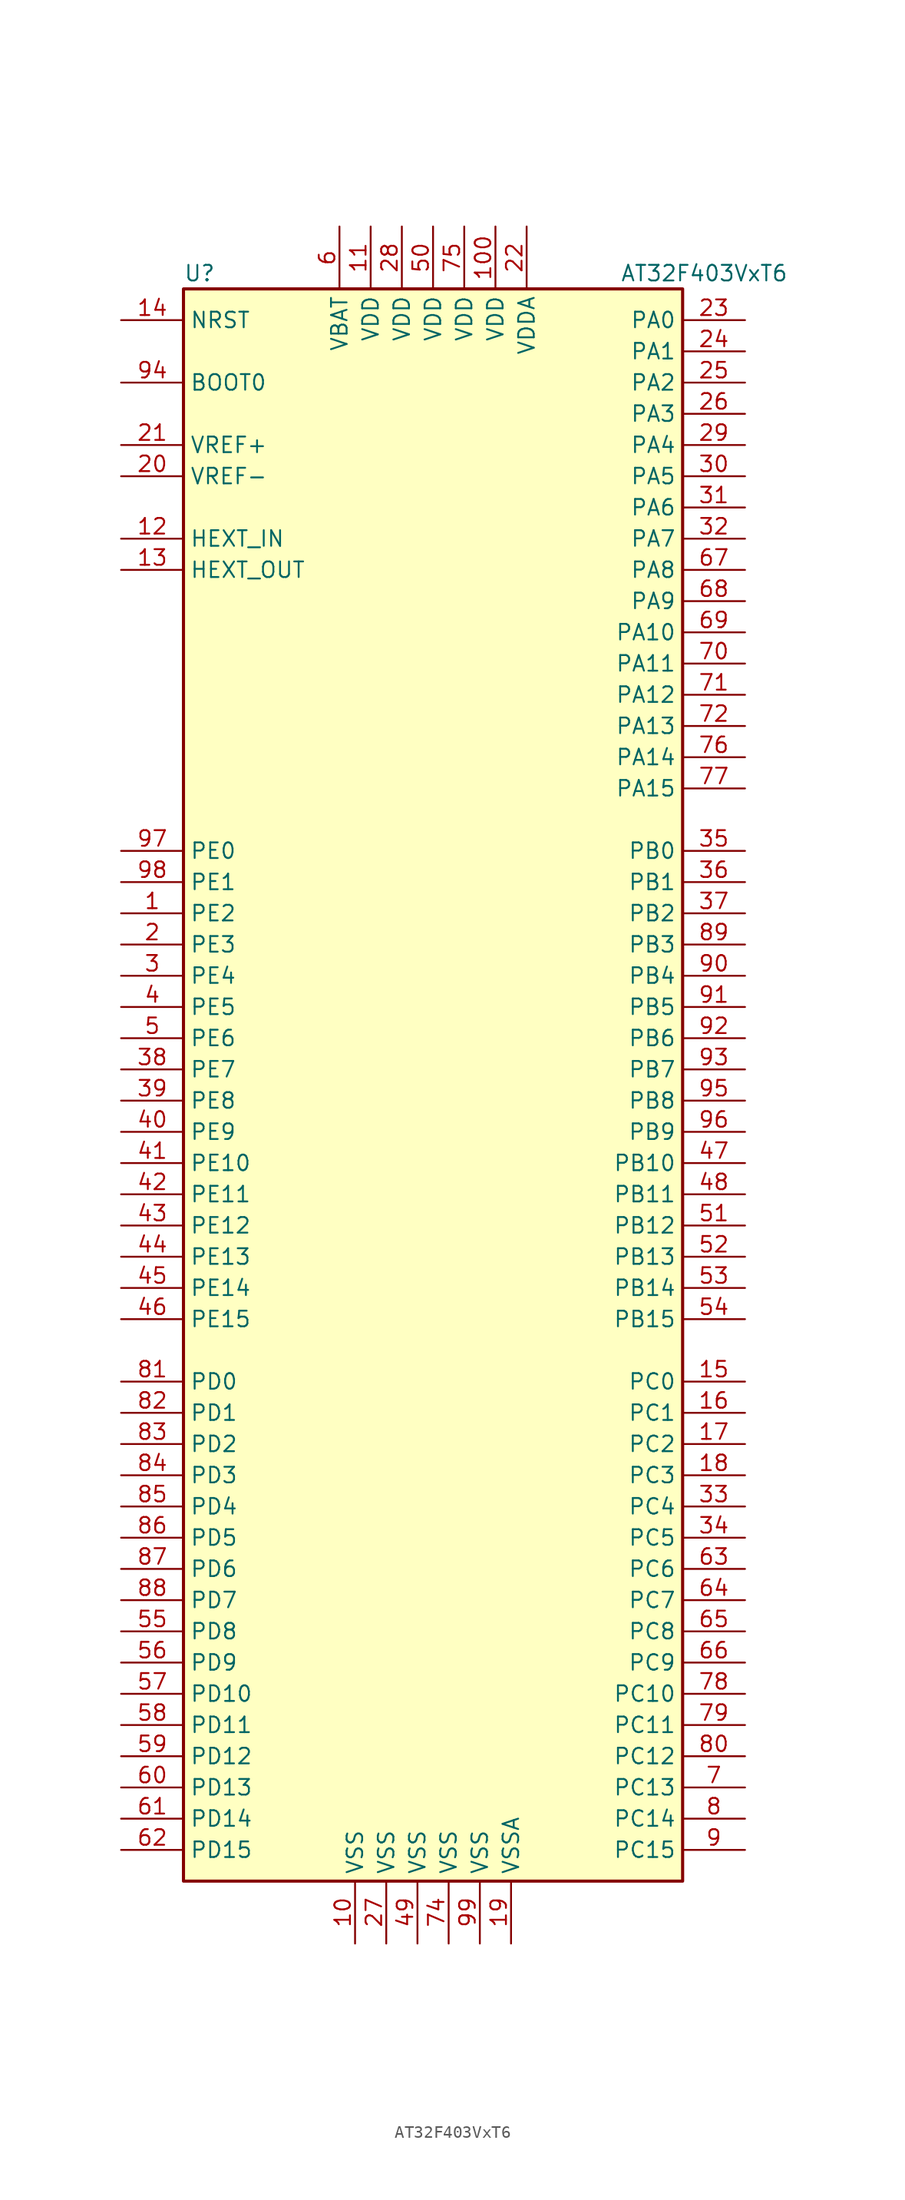
<source format=kicad_sym>
(kicad_symbol_lib
  (version 20220331)
  (generator kicad_symbol_editor)
  (symbol "AT32F403VxT6"
    (property "Reference" "U"
      (at -20.32 64.77 0)
      (effects (font (size 1.27 1.27)) (justify left)))
    (property "Value" "AT32F403VxT6"
      (at 15.24 64.77 0)
      (effects (font (size 1.27 1.27)) (justify left)))
    (symbol "AT32F403VxT6_0_1"
      (rectangle (start -20.32 63.5) (end 20.32 -66.04) (stroke (width 0.254) (type default)) (fill (type background))))
    (symbol "AT32F403VxT6_1_1"
      (pin bidirectional line (at -25.4 12.7 0) (length 5.08) (name "PE2" (effects (font (size 1.27 1.27)))) (number "1" (effects (font (size 1.27 1.27)))))
      (pin power_in line (at -6.35 -71.12 90) (length 5.08) (name "VSS" (effects (font (size 1.27 1.27)))) (number "10" (effects (font (size 1.27 1.27)))))
      (pin power_in line (at 5.08 68.58 270) (length 5.08) (name "VDD" (effects (font (size 1.27 1.27)))) (number "100" (effects (font (size 1.27 1.27)))))
      (pin power_in line (at -5.08 68.58 270) (length 5.08) (name "VDD" (effects (font (size 1.27 1.27)))) (number "11" (effects (font (size 1.27 1.27)))))
      (pin input line (at -25.4 43.18 0) (length 5.08) (name "HEXT_IN" (effects (font (size 1.27 1.27)))) (number "12" (effects (font (size 1.27 1.27)))))
      (pin input line (at -25.4 40.64 0) (length 5.08) (name "HEXT_OUT" (effects (font (size 1.27 1.27)))) (number "13" (effects (font (size 1.27 1.27)))))
      (pin input line (at -25.4 60.96 0) (length 5.08) (name "NRST" (effects (font (size 1.27 1.27)))) (number "14" (effects (font (size 1.27 1.27)))))
      (pin bidirectional line (at 25.4 -25.4 180) (length 5.08) (name "PC0" (effects (font (size 1.27 1.27)))) (number "15" (effects (font (size 1.27 1.27)))))
      (pin bidirectional line (at 25.4 -27.94 180) (length 5.08) (name "PC1" (effects (font (size 1.27 1.27)))) (number "16" (effects (font (size 1.27 1.27)))))
      (pin bidirectional line (at 25.4 -30.48 180) (length 5.08) (name "PC2" (effects (font (size 1.27 1.27)))) (number "17" (effects (font (size 1.27 1.27)))))
      (pin bidirectional line (at 25.4 -33.02 180) (length 5.08) (name "PC3" (effects (font (size 1.27 1.27)))) (number "18" (effects (font (size 1.27 1.27)))))
      (pin power_in line (at 6.35 -71.12 90) (length 5.08) (name "VSSA" (effects (font (size 1.27 1.27)))) (number "19" (effects (font (size 1.27 1.27)))))
      (pin bidirectional line (at -25.4 10.16 0) (length 5.08) (name "PE3" (effects (font (size 1.27 1.27)))) (number "2" (effects (font (size 1.27 1.27)))))
      (pin power_in line (at -25.4 48.26 0) (length 5.08) (name "VREF-" (effects (font (size 1.27 1.27)))) (number "20" (effects (font (size 1.27 1.27)))))
      (pin power_in line (at -25.4 50.8 0) (length 5.08) (name "VREF+" (effects (font (size 1.27 1.27)))) (number "21" (effects (font (size 1.27 1.27)))))
      (pin power_in line (at 7.62 68.58 270) (length 5.08) (name "VDDA" (effects (font (size 1.27 1.27)))) (number "22" (effects (font (size 1.27 1.27)))))
      (pin bidirectional line (at 25.4 60.96 180) (length 5.08) (name "PA0" (effects (font (size 1.27 1.27)))) (number "23" (effects (font (size 1.27 1.27)))))
      (pin bidirectional line (at 25.4 58.42 180) (length 5.08) (name "PA1" (effects (font (size 1.27 1.27)))) (number "24" (effects (font (size 1.27 1.27)))))
      (pin bidirectional line (at 25.4 55.88 180) (length 5.08) (name "PA2" (effects (font (size 1.27 1.27)))) (number "25" (effects (font (size 1.27 1.27)))))
      (pin bidirectional line (at 25.4 53.34 180) (length 5.08) (name "PA3" (effects (font (size 1.27 1.27)))) (number "26" (effects (font (size 1.27 1.27)))))
      (pin power_in line (at -3.81 -71.12 90) (length 5.08) (name "VSS" (effects (font (size 1.27 1.27)))) (number "27" (effects (font (size 1.27 1.27)))))
      (pin power_in line (at -2.54 68.58 270) (length 5.08) (name "VDD" (effects (font (size 1.27 1.27)))) (number "28" (effects (font (size 1.27 1.27)))))
      (pin bidirectional line (at 25.4 50.8 180) (length 5.08) (name "PA4" (effects (font (size 1.27 1.27)))) (number "29" (effects (font (size 1.27 1.27)))))
      (pin bidirectional line (at -25.4 7.62 0) (length 5.08) (name "PE4" (effects (font (size 1.27 1.27)))) (number "3" (effects (font (size 1.27 1.27)))))
      (pin bidirectional line (at 25.4 48.26 180) (length 5.08) (name "PA5" (effects (font (size 1.27 1.27)))) (number "30" (effects (font (size 1.27 1.27)))))
      (pin bidirectional line (at 25.4 45.72 180) (length 5.08) (name "PA6" (effects (font (size 1.27 1.27)))) (number "31" (effects (font (size 1.27 1.27)))))
      (pin bidirectional line (at 25.4 43.18 180) (length 5.08) (name "PA7" (effects (font (size 1.27 1.27)))) (number "32" (effects (font (size 1.27 1.27)))))
      (pin bidirectional line (at 25.4 -35.56 180) (length 5.08) (name "PC4" (effects (font (size 1.27 1.27)))) (number "33" (effects (font (size 1.27 1.27)))))
      (pin bidirectional line (at 25.4 -38.1 180) (length 5.08) (name "PC5" (effects (font (size 1.27 1.27)))) (number "34" (effects (font (size 1.27 1.27)))))
      (pin bidirectional line (at 25.4 17.78 180) (length 5.08) (name "PB0" (effects (font (size 1.27 1.27)))) (number "35" (effects (font (size 1.27 1.27)))))
      (pin bidirectional line (at 25.4 15.24 180) (length 5.08) (name "PB1" (effects (font (size 1.27 1.27)))) (number "36" (effects (font (size 1.27 1.27)))))
      (pin bidirectional line (at 25.4 12.7 180) (length 5.08) (name "PB2" (effects (font (size 1.27 1.27)))) (number "37" (effects (font (size 1.27 1.27)))))
      (pin bidirectional line (at -25.4 0 0) (length 5.08) (name "PE7" (effects (font (size 1.27 1.27)))) (number "38" (effects (font (size 1.27 1.27)))))
      (pin bidirectional line (at -25.4 -2.54 0) (length 5.08) (name "PE8" (effects (font (size 1.27 1.27)))) (number "39" (effects (font (size 1.27 1.27)))))
      (pin bidirectional line (at -25.4 5.08 0) (length 5.08) (name "PE5" (effects (font (size 1.27 1.27)))) (number "4" (effects (font (size 1.27 1.27)))))
      (pin bidirectional line (at -25.4 -5.08 0) (length 5.08) (name "PE9" (effects (font (size 1.27 1.27)))) (number "40" (effects (font (size 1.27 1.27)))))
      (pin bidirectional line (at -25.4 -7.62 0) (length 5.08) (name "PE10" (effects (font (size 1.27 1.27)))) (number "41" (effects (font (size 1.27 1.27)))))
      (pin bidirectional line (at -25.4 -10.16 0) (length 5.08) (name "PE11" (effects (font (size 1.27 1.27)))) (number "42" (effects (font (size 1.27 1.27)))))
      (pin bidirectional line (at -25.4 -12.7 0) (length 5.08) (name "PE12" (effects (font (size 1.27 1.27)))) (number "43" (effects (font (size 1.27 1.27)))))
      (pin bidirectional line (at -25.4 -15.24 0) (length 5.08) (name "PE13" (effects (font (size 1.27 1.27)))) (number "44" (effects (font (size 1.27 1.27)))))
      (pin bidirectional line (at -25.4 -17.78 0) (length 5.08) (name "PE14" (effects (font (size 1.27 1.27)))) (number "45" (effects (font (size 1.27 1.27)))))
      (pin bidirectional line (at -25.4 -20.32 0) (length 5.08) (name "PE15" (effects (font (size 1.27 1.27)))) (number "46" (effects (font (size 1.27 1.27)))))
      (pin bidirectional line (at 25.4 -7.62 180) (length 5.08) (name "PB10" (effects (font (size 1.27 1.27)))) (number "47" (effects (font (size 1.27 1.27)))))
      (pin bidirectional line (at 25.4 -10.16 180) (length 5.08) (name "PB11" (effects (font (size 1.27 1.27)))) (number "48" (effects (font (size 1.27 1.27)))))
      (pin power_in line (at -1.27 -71.12 90) (length 5.08) (name "VSS" (effects (font (size 1.27 1.27)))) (number "49" (effects (font (size 1.27 1.27)))))
      (pin bidirectional line (at -25.4 2.54 0) (length 5.08) (name "PE6" (effects (font (size 1.27 1.27)))) (number "5" (effects (font (size 1.27 1.27)))))
      (pin power_in line (at 0 68.58 270) (length 5.08) (name "VDD" (effects (font (size 1.27 1.27)))) (number "50" (effects (font (size 1.27 1.27)))))
      (pin bidirectional line (at 25.4 -12.7 180) (length 5.08) (name "PB12" (effects (font (size 1.27 1.27)))) (number "51" (effects (font (size 1.27 1.27)))))
      (pin bidirectional line (at 25.4 -15.24 180) (length 5.08) (name "PB13" (effects (font (size 1.27 1.27)))) (number "52" (effects (font (size 1.27 1.27)))))
      (pin bidirectional line (at 25.4 -17.78 180) (length 5.08) (name "PB14" (effects (font (size 1.27 1.27)))) (number "53" (effects (font (size 1.27 1.27)))))
      (pin bidirectional line (at 25.4 -20.32 180) (length 5.08) (name "PB15" (effects (font (size 1.27 1.27)))) (number "54" (effects (font (size 1.27 1.27)))))
      (pin bidirectional line (at -25.4 -45.72 0) (length 5.08) (name "PD8" (effects (font (size 1.27 1.27)))) (number "55" (effects (font (size 1.27 1.27)))))
      (pin bidirectional line (at -25.4 -48.26 0) (length 5.08) (name "PD9" (effects (font (size 1.27 1.27)))) (number "56" (effects (font (size 1.27 1.27)))))
      (pin bidirectional line (at -25.4 -50.8 0) (length 5.08) (name "PD10" (effects (font (size 1.27 1.27)))) (number "57" (effects (font (size 1.27 1.27)))))
      (pin bidirectional line (at -25.4 -53.34 0) (length 5.08) (name "PD11" (effects (font (size 1.27 1.27)))) (number "58" (effects (font (size 1.27 1.27)))))
      (pin bidirectional line (at -25.4 -55.88 0) (length 5.08) (name "PD12" (effects (font (size 1.27 1.27)))) (number "59" (effects (font (size 1.27 1.27)))))
      (pin power_in line (at -7.62 68.58 270) (length 5.08) (name "VBAT" (effects (font (size 1.27 1.27)))) (number "6" (effects (font (size 1.27 1.27)))))
      (pin bidirectional line (at -25.4 -58.42 0) (length 5.08) (name "PD13" (effects (font (size 1.27 1.27)))) (number "60" (effects (font (size 1.27 1.27)))))
      (pin bidirectional line (at -25.4 -60.96 0) (length 5.08) (name "PD14" (effects (font (size 1.27 1.27)))) (number "61" (effects (font (size 1.27 1.27)))))
      (pin bidirectional line (at -25.4 -63.5 0) (length 5.08) (name "PD15" (effects (font (size 1.27 1.27)))) (number "62" (effects (font (size 1.27 1.27)))))
      (pin bidirectional line (at 25.4 -40.64 180) (length 5.08) (name "PC6" (effects (font (size 1.27 1.27)))) (number "63" (effects (font (size 1.27 1.27)))))
      (pin bidirectional line (at 25.4 -43.18 180) (length 5.08) (name "PC7" (effects (font (size 1.27 1.27)))) (number "64" (effects (font (size 1.27 1.27)))))
      (pin bidirectional line (at 25.4 -45.72 180) (length 5.08) (name "PC8" (effects (font (size 1.27 1.27)))) (number "65" (effects (font (size 1.27 1.27)))))
      (pin bidirectional line (at 25.4 -48.26 180) (length 5.08) (name "PC9" (effects (font (size 1.27 1.27)))) (number "66" (effects (font (size 1.27 1.27)))))
      (pin bidirectional line (at 25.4 40.64 180) (length 5.08) (name "PA8" (effects (font (size 1.27 1.27)))) (number "67" (effects (font (size 1.27 1.27)))))
      (pin bidirectional line (at 25.4 38.1 180) (length 5.08) (name "PA9" (effects (font (size 1.27 1.27)))) (number "68" (effects (font (size 1.27 1.27)))))
      (pin bidirectional line (at 25.4 35.56 180) (length 5.08) (name "PA10" (effects (font (size 1.27 1.27)))) (number "69" (effects (font (size 1.27 1.27)))))
      (pin bidirectional line (at 25.4 -58.42 180) (length 5.08) (name "PC13" (effects (font (size 1.27 1.27)))) (number "7" (effects (font (size 1.27 1.27)))))
      (pin bidirectional line (at 25.4 33.02 180) (length 5.08) (name "PA11" (effects (font (size 1.27 1.27)))) (number "70" (effects (font (size 1.27 1.27)))))
      (pin bidirectional line (at 25.4 30.48 180) (length 5.08) (name "PA12" (effects (font (size 1.27 1.27)))) (number "71" (effects (font (size 1.27 1.27)))))
      (pin bidirectional line (at 25.4 27.94 180) (length 5.08) (name "PA13" (effects (font (size 1.27 1.27)))) (number "72" (effects (font (size 1.27 1.27)))))
      (pin no_connect line (at -25.4 25.4 0) (length 5.08) hide (name "NC" (effects (font (size 1.27 1.27)))) (number "73" (effects (font (size 1.27 1.27)))))
      (pin power_in line (at 1.27 -71.12 90) (length 5.08) (name "VSS" (effects (font (size 1.27 1.27)))) (number "74" (effects (font (size 1.27 1.27)))))
      (pin power_in line (at 2.54 68.58 270) (length 5.08) (name "VDD" (effects (font (size 1.27 1.27)))) (number "75" (effects (font (size 1.27 1.27)))))
      (pin bidirectional line (at 25.4 25.4 180) (length 5.08) (name "PA14" (effects (font (size 1.27 1.27)))) (number "76" (effects (font (size 1.27 1.27)))))
      (pin bidirectional line (at 25.4 22.86 180) (length 5.08) (name "PA15" (effects (font (size 1.27 1.27)))) (number "77" (effects (font (size 1.27 1.27)))))
      (pin bidirectional line (at 25.4 -50.8 180) (length 5.08) (name "PC10" (effects (font (size 1.27 1.27)))) (number "78" (effects (font (size 1.27 1.27)))))
      (pin bidirectional line (at 25.4 -53.34 180) (length 5.08) (name "PC11" (effects (font (size 1.27 1.27)))) (number "79" (effects (font (size 1.27 1.27)))))
      (pin bidirectional line (at 25.4 -60.96 180) (length 5.08) (name "PC14" (effects (font (size 1.27 1.27)))) (number "8" (effects (font (size 1.27 1.27)))))
      (pin bidirectional line (at 25.4 -55.88 180) (length 5.08) (name "PC12" (effects (font (size 1.27 1.27)))) (number "80" (effects (font (size 1.27 1.27)))))
      (pin bidirectional line (at -25.4 -25.4 0) (length 5.08) (name "PD0" (effects (font (size 1.27 1.27)))) (number "81" (effects (font (size 1.27 1.27)))))
      (pin bidirectional line (at -25.4 -27.94 0) (length 5.08) (name "PD1" (effects (font (size 1.27 1.27)))) (number "82" (effects (font (size 1.27 1.27)))))
      (pin bidirectional line (at -25.4 -30.48 0) (length 5.08) (name "PD2" (effects (font (size 1.27 1.27)))) (number "83" (effects (font (size 1.27 1.27)))))
      (pin bidirectional line (at -25.4 -33.02 0) (length 5.08) (name "PD3" (effects (font (size 1.27 1.27)))) (number "84" (effects (font (size 1.27 1.27)))))
      (pin bidirectional line (at -25.4 -35.56 0) (length 5.08) (name "PD4" (effects (font (size 1.27 1.27)))) (number "85" (effects (font (size 1.27 1.27)))))
      (pin bidirectional line (at -25.4 -38.1 0) (length 5.08) (name "PD5" (effects (font (size 1.27 1.27)))) (number "86" (effects (font (size 1.27 1.27)))))
      (pin bidirectional line (at -25.4 -40.64 0) (length 5.08) (name "PD6" (effects (font (size 1.27 1.27)))) (number "87" (effects (font (size 1.27 1.27)))))
      (pin bidirectional line (at -25.4 -43.18 0) (length 5.08) (name "PD7" (effects (font (size 1.27 1.27)))) (number "88" (effects (font (size 1.27 1.27)))))
      (pin bidirectional line (at 25.4 10.16 180) (length 5.08) (name "PB3" (effects (font (size 1.27 1.27)))) (number "89" (effects (font (size 1.27 1.27)))))
      (pin bidirectional line (at 25.4 -63.5 180) (length 5.08) (name "PC15" (effects (font (size 1.27 1.27)))) (number "9" (effects (font (size 1.27 1.27)))))
      (pin bidirectional line (at 25.4 7.62 180) (length 5.08) (name "PB4" (effects (font (size 1.27 1.27)))) (number "90" (effects (font (size 1.27 1.27)))))
      (pin bidirectional line (at 25.4 5.08 180) (length 5.08) (name "PB5" (effects (font (size 1.27 1.27)))) (number "91" (effects (font (size 1.27 1.27)))))
      (pin bidirectional line (at 25.4 2.54 180) (length 5.08) (name "PB6" (effects (font (size 1.27 1.27)))) (number "92" (effects (font (size 1.27 1.27)))))
      (pin bidirectional line (at 25.4 0 180) (length 5.08) (name "PB7" (effects (font (size 1.27 1.27)))) (number "93" (effects (font (size 1.27 1.27)))))
      (pin input line (at -25.4 55.88 0) (length 5.08) (name "BOOT0" (effects (font (size 1.27 1.27)))) (number "94" (effects (font (size 1.27 1.27)))))
      (pin bidirectional line (at 25.4 -2.54 180) (length 5.08) (name "PB8" (effects (font (size 1.27 1.27)))) (number "95" (effects (font (size 1.27 1.27)))))
      (pin bidirectional line (at 25.4 -5.08 180) (length 5.08) (name "PB9" (effects (font (size 1.27 1.27)))) (number "96" (effects (font (size 1.27 1.27)))))
      (pin bidirectional line (at -25.4 17.78 0) (length 5.08) (name "PE0" (effects (font (size 1.27 1.27)))) (number "97" (effects (font (size 1.27 1.27)))))
      (pin bidirectional line (at -25.4 15.24 0) (length 5.08) (name "PE1" (effects (font (size 1.27 1.27)))) (number "98" (effects (font (size 1.27 1.27)))))
      (pin power_in line (at 3.81 -71.12 90) (length 5.08) (name "VSS" (effects (font (size 1.27 1.27)))) (number "99" (effects (font (size 1.27 1.27))))))))
</source>
